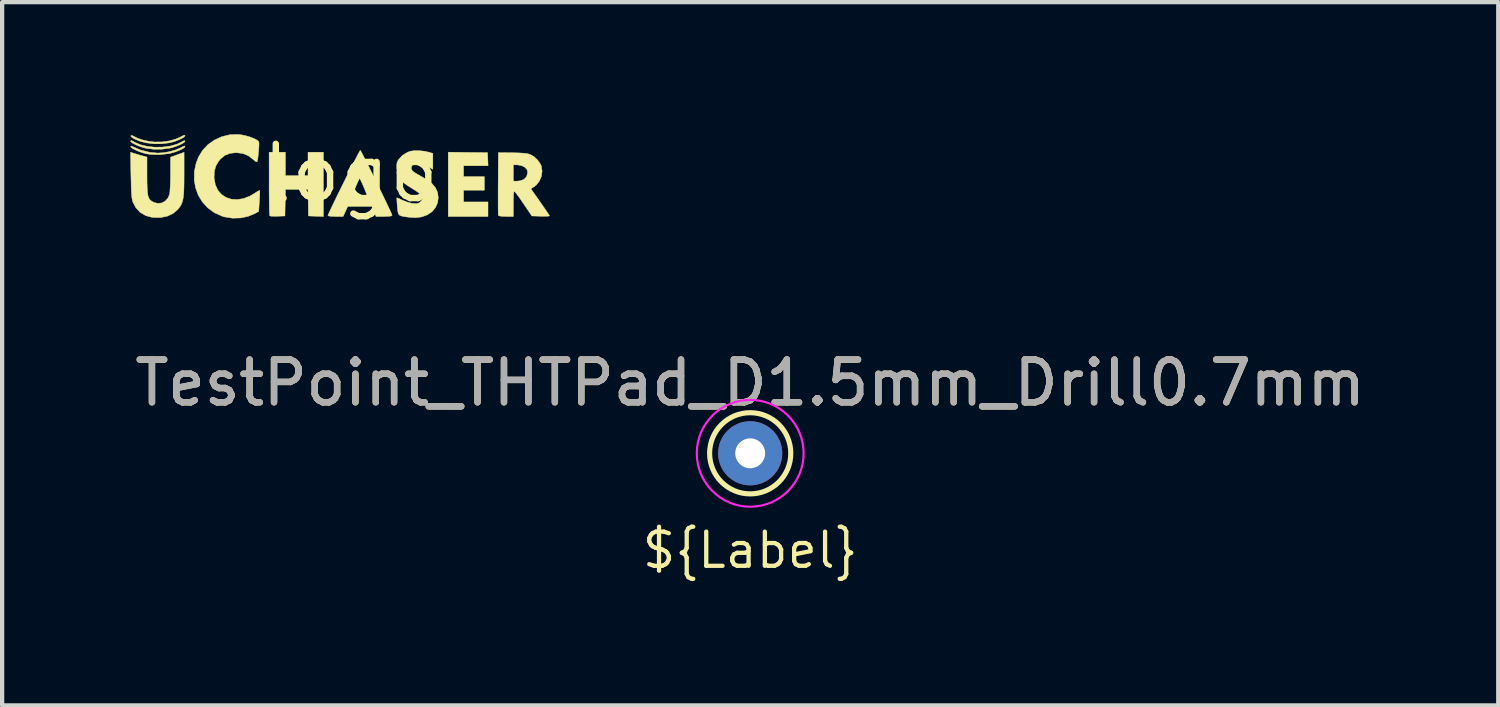
<source format=kicad_pcb>
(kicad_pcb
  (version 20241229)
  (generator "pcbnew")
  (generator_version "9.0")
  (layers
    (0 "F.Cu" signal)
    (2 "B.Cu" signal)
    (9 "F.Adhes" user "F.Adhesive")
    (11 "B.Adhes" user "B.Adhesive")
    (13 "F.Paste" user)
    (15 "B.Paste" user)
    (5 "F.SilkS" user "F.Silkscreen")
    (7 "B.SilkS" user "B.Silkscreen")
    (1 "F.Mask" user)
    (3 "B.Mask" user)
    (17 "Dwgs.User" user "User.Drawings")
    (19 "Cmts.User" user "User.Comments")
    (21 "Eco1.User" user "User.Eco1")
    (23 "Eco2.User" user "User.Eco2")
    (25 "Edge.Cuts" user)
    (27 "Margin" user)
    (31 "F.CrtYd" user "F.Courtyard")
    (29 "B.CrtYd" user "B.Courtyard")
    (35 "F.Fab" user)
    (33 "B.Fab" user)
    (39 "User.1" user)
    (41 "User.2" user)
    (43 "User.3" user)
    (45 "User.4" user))
  (footprint "logo"
    (layer "F.Cu")
    (at 5.158 1.006)
    (property "Reference" "logo" (at 0 0 0) (layer "F.SilkS") (effects (font (size 1.27 1.27) (thickness 0.15))))
    (attr through_hole)
    (fp_poly (pts (xy 2.741 -0.489) (xy 3.201 -0.484) (xy 3.208 -0.33) (xy 3.214 -0.177) (xy 2.641 -0.177) (xy 2.641 0.077) (xy 3.127 0.077) (xy 3.127 0.395) (xy 2.641 0.395) (xy 2.641 0.67) (xy 3.212 0.67) (xy 3.212 1.009) (xy 2.281 1.009) (xy 2.281 -0.495) (xy 2.741 -0.489)) (stroke (width 0.01) (type solid)) (fill yes) (layer "F.SilkS"))
    (fp_poly (pts (xy -1.529 0.056) (xy -1 0.056) (xy -1 -0.494) (xy -0.64 -0.494) (xy -0.64 1.01) (xy -0.815 1.004) (xy -0.99 0.998) (xy -0.995 0.686) (xy -1.001 0.374) (xy -1.528 0.374) (xy -1.534 0.686) (xy -1.54 0.998) (xy -1.71 1.004) (xy -1.791 1.005) (xy -1.856 1.003) (xy -1.892 0.997) (xy -1.895 0.995) (xy -1.899 0.971) (xy -1.902 0.91) (xy -1.905 0.816) (xy -1.907 0.695) (xy -1.909 0.551) (xy -1.91 0.389) (xy -1.91 0.243) (xy -1.91 -0.494) (xy -1.529 -0.494) (xy -1.529 0.056)) (stroke (width 0.01) (type solid)) (fill yes) (layer "F.SilkS"))
    (fp_poly (pts (xy -5.133 -0.638) (xy -4.912 -0.543) (xy -4.694 -0.489) (xy -4.514 -0.474) (xy -4.381 -0.483) (xy -4.238 -0.508) (xy -4.103 -0.546) (xy -3.999 -0.589) (xy -3.934 -0.622) (xy -3.898 -0.638) (xy -3.882 -0.639) (xy -3.879 -0.627) (xy -3.879 -0.624) (xy -3.898 -0.599) (xy -3.948 -0.568) (xy -4.021 -0.534) (xy -4.106 -0.501) (xy -4.195 -0.475) (xy -4.256 -0.461) (xy -4.475 -0.436) (xy -4.686 -0.443) (xy -4.768 -0.455) (xy -4.841 -0.472) (xy -4.924 -0.499) (xy -5.006 -0.532) (xy -5.077 -0.566) (xy -5.128 -0.597) (xy -5.149 -0.621) (xy -5.149 -0.622) (xy -5.138 -0.639) (xy -5.133 -0.638)) (stroke (width 0.01) (type solid)) (fill yes) (layer "F.SilkS"))
    (fp_poly (pts (xy -3.882 -0.892) (xy -3.879 -0.877) (xy -3.879 -0.875) (xy -3.898 -0.851) (xy -3.948 -0.82) (xy -4.019 -0.786) (xy -4.104 -0.753) (xy -4.191 -0.726) (xy -4.236 -0.715) (xy -4.419 -0.691) (xy -4.614 -0.691) (xy -4.796 -0.715) (xy -4.8 -0.716) (xy -4.949 -0.757) (xy -5.065 -0.807) (xy -5.117 -0.839) (xy -5.146 -0.871) (xy -5.141 -0.887) (xy -5.11 -0.882) (xy -5.081 -0.867) (xy -4.987 -0.819) (xy -4.864 -0.779) (xy -4.726 -0.749) (xy -4.597 -0.733) (xy -4.415 -0.735) (xy -4.237 -0.76) (xy -4.075 -0.808) (xy -3.995 -0.845) (xy -3.931 -0.878) (xy -3.897 -0.893) (xy -3.882 -0.892)) (stroke (width 0.01) (type solid)) (fill yes) (layer "F.SilkS"))
    (fp_poly (pts (xy -3.879 -0.758) (xy -3.879 -0.748) (xy -3.898 -0.724) (xy -3.948 -0.693) (xy -4.019 -0.659) (xy -4.104 -0.626) (xy -4.191 -0.599) (xy -4.236 -0.588) (xy -4.422 -0.564) (xy -4.619 -0.564) (xy -4.802 -0.589) (xy -4.882 -0.611) (xy -4.966 -0.641) (xy -5.044 -0.675) (xy -5.107 -0.709) (xy -5.143 -0.737) (xy -5.149 -0.748) (xy -5.145 -0.765) (xy -5.128 -0.765) (xy -5.088 -0.745) (xy -5.06 -0.729) (xy -4.923 -0.669) (xy -4.759 -0.63) (xy -4.581 -0.612) (xy -4.399 -0.615) (xy -4.224 -0.638) (xy -4.066 -0.682) (xy -3.968 -0.729) (xy -3.914 -0.758) (xy -3.888 -0.767) (xy -3.879 -0.758)) (stroke (width 0.01) (type solid)) (fill yes) (layer "F.SilkS"))
    (fp_poly (pts (xy -5.05 -0.461) (xy -4.967 -0.436) (xy -4.882 -0.411) (xy -4.858 -0.405) (xy -4.768 -0.38) (xy -4.768 0.055) (xy -4.767 0.224) (xy -4.763 0.355) (xy -4.756 0.455) (xy -4.743 0.53) (xy -4.723 0.584) (xy -4.695 0.623) (xy -4.658 0.653) (xy -4.613 0.678) (xy -4.516 0.704) (xy -4.421 0.693) (xy -4.338 0.648) (xy -4.274 0.572) (xy -4.241 0.492) (xy -4.233 0.439) (xy -4.227 0.352) (xy -4.221 0.241) (xy -4.218 0.113) (xy -4.217 0.01) (xy -4.217 -0.378) (xy -4.059 -0.435) (xy -3.9 -0.492) (xy -3.9 0.023) (xy -3.901 0.211) (xy -3.904 0.363) (xy -3.91 0.484) (xy -3.921 0.579) (xy -3.938 0.655) (xy -3.96 0.717) (xy -3.991 0.772) (xy -4.03 0.823) (xy -4.051 0.848) (xy -4.16 0.941) (xy -4.296 1.004) (xy -4.452 1.035) (xy -4.624 1.033) (xy -4.652 1.029) (xy -4.801 0.989) (xy -4.928 0.914) (xy -5.028 0.806) (xy -5.099 0.671) (xy -5.11 0.632) (xy -5.12 0.582) (xy -5.127 0.514) (xy -5.133 0.425) (xy -5.138 0.307) (xy -5.141 0.156) (xy -5.144 0.041) (xy -5.153 -0.493) (xy -5.05 -0.461)) (stroke (width 0.01) (type solid)) (fill yes) (layer "F.SilkS"))
    (fp_poly (pts (xy -2.557 -0.9) (xy -2.454 -0.879) (xy -2.353 -0.849) (xy -2.263 -0.814) (xy -2.194 -0.778) (xy -2.154 -0.744) (xy -2.151 -0.737) (xy -2.147 -0.703) (xy -2.148 -0.639) (xy -2.153 -0.558) (xy -2.161 -0.47) (xy -2.17 -0.386) (xy -2.18 -0.317) (xy -2.19 -0.275) (xy -2.193 -0.268) (xy -2.215 -0.272) (xy -2.255 -0.3) (xy -2.276 -0.319) (xy -2.395 -0.411) (xy -2.524 -0.464) (xy -2.672 -0.483) (xy -2.683 -0.483) (xy -2.825 -0.468) (xy -2.945 -0.421) (xy -3.047 -0.337) (xy -3.089 -0.287) (xy -3.156 -0.174) (xy -3.192 -0.049) (xy -3.198 0.097) (xy -3.196 0.12) (xy -3.168 0.271) (xy -3.109 0.397) (xy -3.024 0.495) (xy -2.916 0.566) (xy -2.791 0.606) (xy -2.653 0.614) (xy -2.506 0.59) (xy -2.355 0.53) (xy -2.247 0.466) (xy -2.189 0.428) (xy -2.147 0.405) (xy -2.13 0.4) (xy -2.128 0.424) (xy -2.129 0.481) (xy -2.132 0.562) (xy -2.138 0.65) (xy -2.154 0.892) (xy -2.245 0.942) (xy -2.407 1.009) (xy -2.587 1.045) (xy -2.773 1.049) (xy -2.954 1.02) (xy -3.014 1.002) (xy -3.193 0.92) (xy -3.346 0.808) (xy -3.472 0.67) (xy -3.568 0.512) (xy -3.632 0.337) (xy -3.663 0.151) (xy -3.659 -0.042) (xy -3.618 -0.237) (xy -3.562 -0.383) (xy -3.466 -0.54) (xy -3.339 -0.674) (xy -3.187 -0.78) (xy -3.017 -0.858) (xy -2.834 -0.902) (xy -2.644 -0.91) (xy -2.557 -0.9)) (stroke (width 0.01) (type solid)) (fill yes) (layer "F.SilkS"))
    (fp_poly (pts (xy 3.78 -0.481) (xy 3.923 -0.478) (xy 4.03 -0.472) (xy 4.111 -0.464) (xy 4.17 -0.451) (xy 4.197 -0.442) (xy 4.293 -0.387) (xy 4.379 -0.304) (xy 4.444 -0.208) (xy 4.461 -0.166) (xy 4.478 -0.051) (xy 4.462 0.068) (xy 4.415 0.18) (xy 4.343 0.273) (xy 4.293 0.312) (xy 4.215 0.362) (xy 4.433 0.672) (xy 4.503 0.772) (xy 4.564 0.86) (xy 4.611 0.931) (xy 4.642 0.978) (xy 4.651 0.996) (xy 4.632 1.001) (xy 4.579 1.005) (xy 4.502 1.005) (xy 4.445 1.004) (xy 4.239 0.998) (xy 4.046 0.714) (xy 3.98 0.617) (xy 3.92 0.533) (xy 3.872 0.469) (xy 3.84 0.43) (xy 3.829 0.421) (xy 3.819 0.43) (xy 3.812 0.469) (xy 3.807 0.541) (xy 3.805 0.649) (xy 3.805 0.711) (xy 3.805 1.009) (xy 3.635 1.009) (xy 3.536 1.006) (xy 3.477 0.997) (xy 3.455 0.982) (xy 3.452 0.955) (xy 3.451 0.891) (xy 3.449 0.795) (xy 3.449 0.672) (xy 3.449 0.527) (xy 3.449 0.365) (xy 3.45 0.236) (xy 3.453 -0.198) (xy 3.805 -0.198) (xy 3.805 0.183) (xy 3.895 0.183) (xy 3.978 0.172) (xy 4.051 0.142) (xy 4.052 0.142) (xy 4.108 0.087) (xy 4.137 0.014) (xy 4.135 -0.061) (xy 4.124 -0.09) (xy 4.073 -0.144) (xy 3.994 -0.182) (xy 3.9 -0.198) (xy 3.89 -0.198) (xy 3.805 -0.198) (xy 3.453 -0.198) (xy 3.455 -0.484) (xy 3.78 -0.481)) (stroke (width 0.01) (type solid)) (fill yes) (layer "F.SilkS"))
    (fp_poly (pts (xy 0.236 -0.518) (xy 0.264 -0.467) (xy 0.306 -0.387) (xy 0.358 -0.283) (xy 0.42 -0.162) (xy 0.487 -0.026) (xy 0.558 0.117) (xy 0.63 0.265) (xy 0.701 0.411) (xy 0.769 0.551) (xy 0.83 0.679) (xy 0.883 0.792) (xy 0.926 0.883) (xy 0.955 0.948) (xy 0.968 0.983) (xy 0.968 0.986) (xy 0.948 0.998) (xy 0.888 1.006) (xy 0.792 1.009) (xy 0.78 1.009) (xy 0.592 1.009) (xy 0.545 0.892) (xy 0.498 0.776) (xy -0.071 0.776) (xy -0.124 0.892) (xy -0.178 1.009) (xy -0.356 1.009) (xy -0.437 1.007) (xy -0.499 1.001) (xy -0.532 0.993) (xy -0.534 0.989) (xy -0.525 0.964) (xy -0.5 0.906) (xy -0.46 0.822) (xy -0.409 0.714) (xy -0.349 0.59) (xy -0.303 0.495) (xy 0.043 0.495) (xy 0.049 0.509) (xy 0.083 0.518) (xy 0.151 0.521) (xy 0.204 0.522) (xy 0.283 0.52) (xy 0.343 0.516) (xy 0.374 0.509) (xy 0.376 0.507) (xy 0.368 0.479) (xy 0.348 0.424) (xy 0.319 0.354) (xy 0.287 0.279) (xy 0.255 0.209) (xy 0.229 0.153) (xy 0.212 0.123) (xy 0.209 0.12) (xy 0.195 0.139) (xy 0.17 0.191) (xy 0.134 0.271) (xy 0.092 0.373) (xy 0.045 0.491) (xy 0.043 0.495) (xy -0.303 0.495) (xy -0.282 0.453) (xy -0.21 0.308) (xy -0.137 0.16) (xy -0.065 0.015) (xy 0.005 -0.123) (xy 0.069 -0.249) (xy 0.125 -0.358) (xy 0.17 -0.446) (xy 0.203 -0.506) (xy 0.221 -0.535) (xy 0.223 -0.536) (xy 0.236 -0.518)) (stroke (width 0.01) (type solid)) (fill yes) (layer "F.SilkS"))
    (fp_poly (pts (xy 1.598 -0.53) (xy 1.716 -0.518) (xy 1.825 -0.495) (xy 1.836 -0.492) (xy 1.921 -0.466) (xy 1.921 -0.095) (xy 1.799 -0.158) (xy 1.721 -0.193) (xy 1.644 -0.221) (xy 1.599 -0.233) (xy 1.52 -0.232) (xy 1.459 -0.207) (xy 1.423 -0.165) (xy 1.414 -0.114) (xy 1.439 -0.062) (xy 1.471 -0.034) (xy 1.518 -0.003) (xy 1.589 0.038) (xy 1.667 0.083) (xy 1.673 0.086) (xy 1.756 0.135) (xy 1.835 0.187) (xy 1.893 0.232) (xy 1.894 0.232) (xy 1.981 0.334) (xy 2.032 0.449) (xy 2.048 0.571) (xy 2.031 0.691) (xy 1.981 0.803) (xy 1.9 0.9) (xy 1.789 0.973) (xy 1.659 1.02) (xy 1.521 1.038) (xy 1.363 1.028) (xy 1.36 1.027) (xy 1.254 1.013) (xy 1.182 0.998) (xy 1.138 0.977) (xy 1.113 0.942) (xy 1.1 0.886) (xy 1.092 0.803) (xy 1.09 0.777) (xy 1.083 0.69) (xy 1.079 0.622) (xy 1.078 0.581) (xy 1.079 0.573) (xy 1.1 0.579) (xy 1.148 0.599) (xy 1.213 0.63) (xy 1.214 0.63) (xy 1.306 0.668) (xy 1.403 0.696) (xy 1.458 0.705) (xy 1.529 0.71) (xy 1.576 0.703) (xy 1.616 0.681) (xy 1.634 0.666) (xy 1.677 0.613) (xy 1.683 0.561) (xy 1.65 0.505) (xy 1.576 0.444) (xy 1.545 0.423) (xy 1.46 0.369) (xy 1.369 0.311) (xy 1.314 0.276) (xy 1.208 0.198) (xy 1.138 0.119) (xy 1.097 0.028) (xy 1.079 -0.084) (xy 1.078 -0.101) (xy 1.076 -0.185) (xy 1.082 -0.243) (xy 1.098 -0.288) (xy 1.121 -0.324) (xy 1.21 -0.421) (xy 1.327 -0.492) (xy 1.4 -0.518) (xy 1.487 -0.53) (xy 1.598 -0.53)) (stroke (width 0.01) (type solid)) (fill yes) (layer "F.SilkS")))
  (footprint "TestPoint_THTPad_D1.5mm_Drill0.7mm"
    (layer "F.Cu")
    (at 14.506 7.558)
    (property "Reference" "TestPoint_THTPad_D1.5mm_Drill0.7mm" (at 0 -1.648 0) (layer "F.SilkS") (effects (font (size 1 1) (thickness 0.15))))
    (attr exclude_from_pos_files exclude_from_bom)
    (fp_circle (center 0 0) (end 0 0.95) (stroke (width 0.12) (type solid)) (fill no) (layer "F.SilkS"))
    (fp_circle (center 0 0) (end 1.25 0) (stroke (width 0.05) (type solid)) (fill no) (layer "F.CrtYd"))
    (fp_text user "${Label}" (at 0 1.8 0) (unlocked yes) (layer "F.SilkS") (effects (font (size 0.8 0.8) (thickness 0.1)) (justify top)))
    (fp_text user "${REFERENCE}" (at 0 -1.65 0) (layer "F.Fab") (effects (font (size 1 1) (thickness 0.15))))
    (pad "1" thru_hole circle (at 0 0) (size 1.5 1.5) (drill 0.7) (layers "*.Cu" "*.Mask")))
  (gr_rect
    (start -3 -3)
    (end 32.012 13.458)
    (stroke (width 0.1) (type default))
    (fill no)
    (layer "Edge.Cuts")))
</source>
